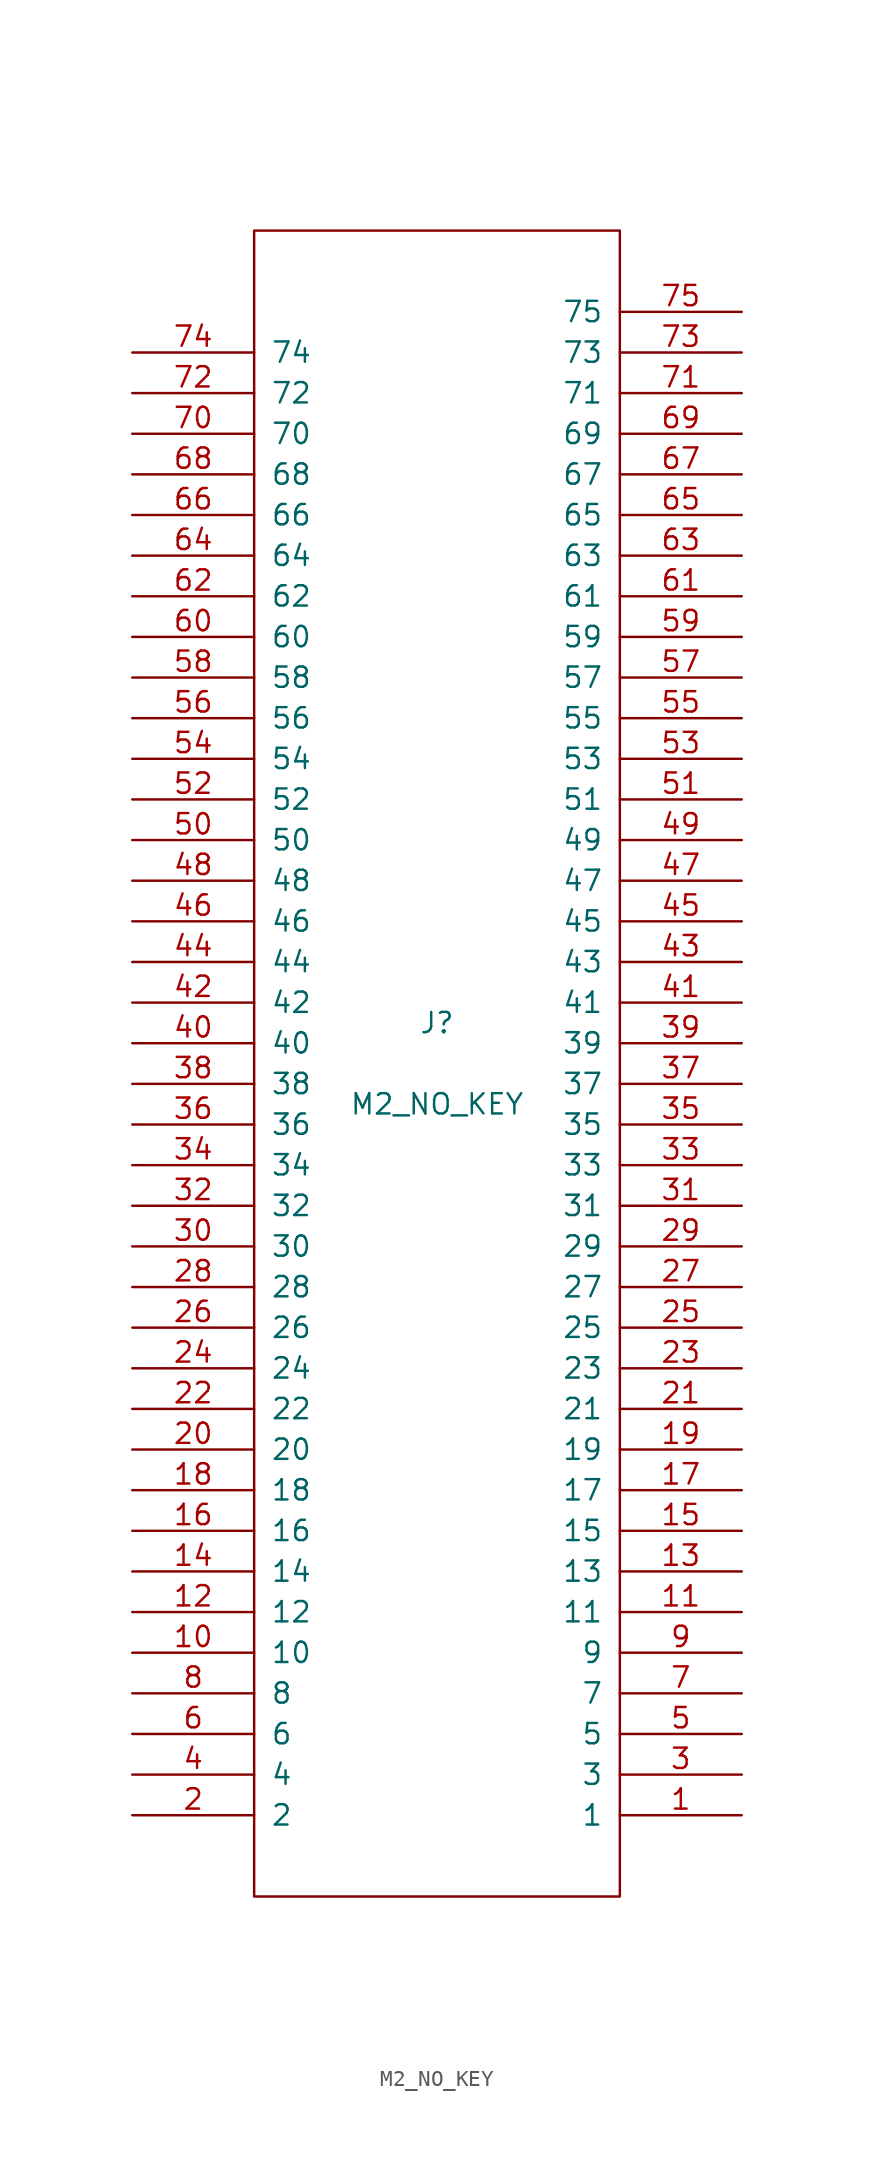
<source format=kicad_sym>
(kicad_symbol_lib
  (version 20211014)
  (generator kicad_symbol_editor)
  (symbol "M2_NO_KEY"
    (pin_names
      (offset 1.016))
    (property "Reference" "J"
      (at 0 2.54 0)
      (effects (font (size 1.27 1.27))))
    (property "Value" "M2_NO_KEY"
      (at 0 -2.54 0)
      (effects (font (size 1.27 1.27))))
    (symbol "M2_NO_KEY_1_0"
      (rectangle (start 11.43 52.07) (end -11.43 -52.07) (stroke (width 0) (type default) (color 0 0 0 0)) (fill (type none))))
    (symbol "M2_NO_KEY_1_1"
      (pin passive line (at 19.05 -46.99 180) (length 7.62) (name "1" (effects (font (size 1.27 1.27)))) (number "1" (effects (font (size 1.27 1.27)))))
      (pin passive line (at -19.05 -36.83 0) (length 7.62) (name "10" (effects (font (size 1.27 1.27)))) (number "10" (effects (font (size 1.27 1.27)))))
      (pin passive line (at 19.05 -34.29 180) (length 7.62) (name "11" (effects (font (size 1.27 1.27)))) (number "11" (effects (font (size 1.27 1.27)))))
      (pin passive line (at -19.05 -34.29 0) (length 7.62) (name "12" (effects (font (size 1.27 1.27)))) (number "12" (effects (font (size 1.27 1.27)))))
      (pin passive line (at 19.05 -31.75 180) (length 7.62) (name "13" (effects (font (size 1.27 1.27)))) (number "13" (effects (font (size 1.27 1.27)))))
      (pin passive line (at -19.05 -31.75 0) (length 7.62) (name "14" (effects (font (size 1.27 1.27)))) (number "14" (effects (font (size 1.27 1.27)))))
      (pin passive line (at 19.05 -29.21 180) (length 7.62) (name "15" (effects (font (size 1.27 1.27)))) (number "15" (effects (font (size 1.27 1.27)))))
      (pin passive line (at -19.05 -29.21 0) (length 7.62) (name "16" (effects (font (size 1.27 1.27)))) (number "16" (effects (font (size 1.27 1.27)))))
      (pin passive line (at 19.05 -26.67 180) (length 7.62) (name "17" (effects (font (size 1.27 1.27)))) (number "17" (effects (font (size 1.27 1.27)))))
      (pin passive line (at -19.05 -26.67 0) (length 7.62) (name "18" (effects (font (size 1.27 1.27)))) (number "18" (effects (font (size 1.27 1.27)))))
      (pin passive line (at 19.05 -24.13 180) (length 7.62) (name "19" (effects (font (size 1.27 1.27)))) (number "19" (effects (font (size 1.27 1.27)))))
      (pin passive line (at -19.05 -46.99 0) (length 7.62) (name "2" (effects (font (size 1.27 1.27)))) (number "2" (effects (font (size 1.27 1.27)))))
      (pin passive line (at -19.05 -24.13 0) (length 7.62) (name "20" (effects (font (size 1.27 1.27)))) (number "20" (effects (font (size 1.27 1.27)))))
      (pin passive line (at 19.05 -21.59 180) (length 7.62) (name "21" (effects (font (size 1.27 1.27)))) (number "21" (effects (font (size 1.27 1.27)))))
      (pin passive line (at -19.05 -21.59 0) (length 7.62) (name "22" (effects (font (size 1.27 1.27)))) (number "22" (effects (font (size 1.27 1.27)))))
      (pin passive line (at 19.05 -19.05 180) (length 7.62) (name "23" (effects (font (size 1.27 1.27)))) (number "23" (effects (font (size 1.27 1.27)))))
      (pin passive line (at -19.05 -19.05 0) (length 7.62) (name "24" (effects (font (size 1.27 1.27)))) (number "24" (effects (font (size 1.27 1.27)))))
      (pin passive line (at 19.05 -16.51 180) (length 7.62) (name "25" (effects (font (size 1.27 1.27)))) (number "25" (effects (font (size 1.27 1.27)))))
      (pin passive line (at -19.05 -16.51 0) (length 7.62) (name "26" (effects (font (size 1.27 1.27)))) (number "26" (effects (font (size 1.27 1.27)))))
      (pin passive line (at 19.05 -13.97 180) (length 7.62) (name "27" (effects (font (size 1.27 1.27)))) (number "27" (effects (font (size 1.27 1.27)))))
      (pin passive line (at -19.05 -13.97 0) (length 7.62) (name "28" (effects (font (size 1.27 1.27)))) (number "28" (effects (font (size 1.27 1.27)))))
      (pin passive line (at 19.05 -11.43 180) (length 7.62) (name "29" (effects (font (size 1.27 1.27)))) (number "29" (effects (font (size 1.27 1.27)))))
      (pin passive line (at 19.05 -44.45 180) (length 7.62) (name "3" (effects (font (size 1.27 1.27)))) (number "3" (effects (font (size 1.27 1.27)))))
      (pin passive line (at -19.05 -11.43 0) (length 7.62) (name "30" (effects (font (size 1.27 1.27)))) (number "30" (effects (font (size 1.27 1.27)))))
      (pin passive line (at 19.05 -8.89 180) (length 7.62) (name "31" (effects (font (size 1.27 1.27)))) (number "31" (effects (font (size 1.27 1.27)))))
      (pin passive line (at -19.05 -8.89 0) (length 7.62) (name "32" (effects (font (size 1.27 1.27)))) (number "32" (effects (font (size 1.27 1.27)))))
      (pin passive line (at 19.05 -6.35 180) (length 7.62) (name "33" (effects (font (size 1.27 1.27)))) (number "33" (effects (font (size 1.27 1.27)))))
      (pin passive line (at -19.05 -6.35 0) (length 7.62) (name "34" (effects (font (size 1.27 1.27)))) (number "34" (effects (font (size 1.27 1.27)))))
      (pin passive line (at 19.05 -3.81 180) (length 7.62) (name "35" (effects (font (size 1.27 1.27)))) (number "35" (effects (font (size 1.27 1.27)))))
      (pin passive line (at -19.05 -3.81 0) (length 7.62) (name "36" (effects (font (size 1.27 1.27)))) (number "36" (effects (font (size 1.27 1.27)))))
      (pin passive line (at 19.05 -1.27 180) (length 7.62) (name "37" (effects (font (size 1.27 1.27)))) (number "37" (effects (font (size 1.27 1.27)))))
      (pin passive line (at -19.05 -1.27 0) (length 7.62) (name "38" (effects (font (size 1.27 1.27)))) (number "38" (effects (font (size 1.27 1.27)))))
      (pin passive line (at 19.05 1.27 180) (length 7.62) (name "39" (effects (font (size 1.27 1.27)))) (number "39" (effects (font (size 1.27 1.27)))))
      (pin passive line (at -19.05 -44.45 0) (length 7.62) (name "4" (effects (font (size 1.27 1.27)))) (number "4" (effects (font (size 1.27 1.27)))))
      (pin passive line (at -19.05 1.27 0) (length 7.62) (name "40" (effects (font (size 1.27 1.27)))) (number "40" (effects (font (size 1.27 1.27)))))
      (pin passive line (at 19.05 3.81 180) (length 7.62) (name "41" (effects (font (size 1.27 1.27)))) (number "41" (effects (font (size 1.27 1.27)))))
      (pin passive line (at -19.05 3.81 0) (length 7.62) (name "42" (effects (font (size 1.27 1.27)))) (number "42" (effects (font (size 1.27 1.27)))))
      (pin passive line (at 19.05 6.35 180) (length 7.62) (name "43" (effects (font (size 1.27 1.27)))) (number "43" (effects (font (size 1.27 1.27)))))
      (pin passive line (at -19.05 6.35 0) (length 7.62) (name "44" (effects (font (size 1.27 1.27)))) (number "44" (effects (font (size 1.27 1.27)))))
      (pin passive line (at 19.05 8.89 180) (length 7.62) (name "45" (effects (font (size 1.27 1.27)))) (number "45" (effects (font (size 1.27 1.27)))))
      (pin passive line (at -19.05 8.89 0) (length 7.62) (name "46" (effects (font (size 1.27 1.27)))) (number "46" (effects (font (size 1.27 1.27)))))
      (pin passive line (at 19.05 11.43 180) (length 7.62) (name "47" (effects (font (size 1.27 1.27)))) (number "47" (effects (font (size 1.27 1.27)))))
      (pin passive line (at -19.05 11.43 0) (length 7.62) (name "48" (effects (font (size 1.27 1.27)))) (number "48" (effects (font (size 1.27 1.27)))))
      (pin passive line (at 19.05 13.97 180) (length 7.62) (name "49" (effects (font (size 1.27 1.27)))) (number "49" (effects (font (size 1.27 1.27)))))
      (pin passive line (at 19.05 -41.91 180) (length 7.62) (name "5" (effects (font (size 1.27 1.27)))) (number "5" (effects (font (size 1.27 1.27)))))
      (pin passive line (at -19.05 13.97 0) (length 7.62) (name "50" (effects (font (size 1.27 1.27)))) (number "50" (effects (font (size 1.27 1.27)))))
      (pin passive line (at 19.05 16.51 180) (length 7.62) (name "51" (effects (font (size 1.27 1.27)))) (number "51" (effects (font (size 1.27 1.27)))))
      (pin passive line (at -19.05 16.51 0) (length 7.62) (name "52" (effects (font (size 1.27 1.27)))) (number "52" (effects (font (size 1.27 1.27)))))
      (pin passive line (at 19.05 19.05 180) (length 7.62) (name "53" (effects (font (size 1.27 1.27)))) (number "53" (effects (font (size 1.27 1.27)))))
      (pin passive line (at -19.05 19.05 0) (length 7.62) (name "54" (effects (font (size 1.27 1.27)))) (number "54" (effects (font (size 1.27 1.27)))))
      (pin passive line (at 19.05 21.59 180) (length 7.62) (name "55" (effects (font (size 1.27 1.27)))) (number "55" (effects (font (size 1.27 1.27)))))
      (pin passive line (at -19.05 21.59 0) (length 7.62) (name "56" (effects (font (size 1.27 1.27)))) (number "56" (effects (font (size 1.27 1.27)))))
      (pin passive line (at 19.05 24.13 180) (length 7.62) (name "57" (effects (font (size 1.27 1.27)))) (number "57" (effects (font (size 1.27 1.27)))))
      (pin passive line (at -19.05 24.13 0) (length 7.62) (name "58" (effects (font (size 1.27 1.27)))) (number "58" (effects (font (size 1.27 1.27)))))
      (pin passive line (at 19.05 26.67 180) (length 7.62) (name "59" (effects (font (size 1.27 1.27)))) (number "59" (effects (font (size 1.27 1.27)))))
      (pin passive line (at -19.05 -41.91 0) (length 7.62) (name "6" (effects (font (size 1.27 1.27)))) (number "6" (effects (font (size 1.27 1.27)))))
      (pin passive line (at -19.05 26.67 0) (length 7.62) (name "60" (effects (font (size 1.27 1.27)))) (number "60" (effects (font (size 1.27 1.27)))))
      (pin passive line (at 19.05 29.21 180) (length 7.62) (name "61" (effects (font (size 1.27 1.27)))) (number "61" (effects (font (size 1.27 1.27)))))
      (pin passive line (at -19.05 29.21 0) (length 7.62) (name "62" (effects (font (size 1.27 1.27)))) (number "62" (effects (font (size 1.27 1.27)))))
      (pin passive line (at 19.05 31.75 180) (length 7.62) (name "63" (effects (font (size 1.27 1.27)))) (number "63" (effects (font (size 1.27 1.27)))))
      (pin passive line (at -19.05 31.75 0) (length 7.62) (name "64" (effects (font (size 1.27 1.27)))) (number "64" (effects (font (size 1.27 1.27)))))
      (pin passive line (at 19.05 34.29 180) (length 7.62) (name "65" (effects (font (size 1.27 1.27)))) (number "65" (effects (font (size 1.27 1.27)))))
      (pin passive line (at -19.05 34.29 0) (length 7.62) (name "66" (effects (font (size 1.27 1.27)))) (number "66" (effects (font (size 1.27 1.27)))))
      (pin passive line (at 19.05 36.83 180) (length 7.62) (name "67" (effects (font (size 1.27 1.27)))) (number "67" (effects (font (size 1.27 1.27)))))
      (pin passive line (at -19.05 36.83 0) (length 7.62) (name "68" (effects (font (size 1.27 1.27)))) (number "68" (effects (font (size 1.27 1.27)))))
      (pin passive line (at 19.05 39.37 180) (length 7.62) (name "69" (effects (font (size 1.27 1.27)))) (number "69" (effects (font (size 1.27 1.27)))))
      (pin passive line (at 19.05 -39.37 180) (length 7.62) (name "7" (effects (font (size 1.27 1.27)))) (number "7" (effects (font (size 1.27 1.27)))))
      (pin passive line (at -19.05 39.37 0) (length 7.62) (name "70" (effects (font (size 1.27 1.27)))) (number "70" (effects (font (size 1.27 1.27)))))
      (pin passive line (at 19.05 41.91 180) (length 7.62) (name "71" (effects (font (size 1.27 1.27)))) (number "71" (effects (font (size 1.27 1.27)))))
      (pin passive line (at -19.05 41.91 0) (length 7.62) (name "72" (effects (font (size 1.27 1.27)))) (number "72" (effects (font (size 1.27 1.27)))))
      (pin passive line (at 19.05 44.45 180) (length 7.62) (name "73" (effects (font (size 1.27 1.27)))) (number "73" (effects (font (size 1.27 1.27)))))
      (pin passive line (at -19.05 44.45 0) (length 7.62) (name "74" (effects (font (size 1.27 1.27)))) (number "74" (effects (font (size 1.27 1.27)))))
      (pin passive line (at 19.05 46.99 180) (length 7.62) (name "75" (effects (font (size 1.27 1.27)))) (number "75" (effects (font (size 1.27 1.27)))))
      (pin passive line (at -19.05 -39.37 0) (length 7.62) (name "8" (effects (font (size 1.27 1.27)))) (number "8" (effects (font (size 1.27 1.27)))))
      (pin passive line (at 19.05 -36.83 180) (length 7.62) (name "9" (effects (font (size 1.27 1.27)))) (number "9" (effects (font (size 1.27 1.27))))))))
</source>
